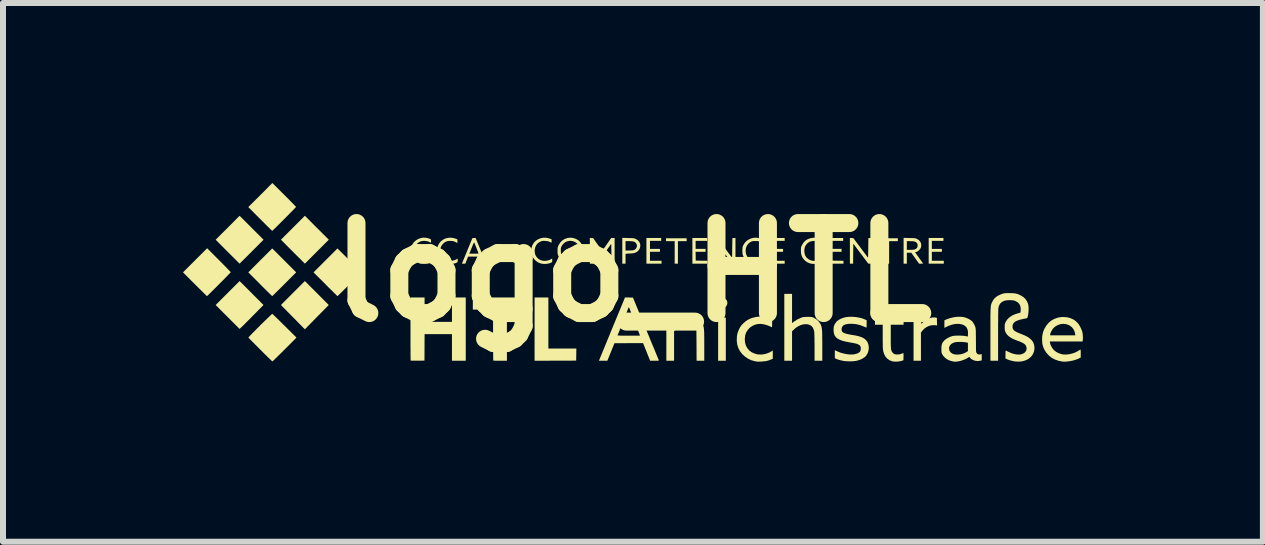
<source format=kicad_pcb>
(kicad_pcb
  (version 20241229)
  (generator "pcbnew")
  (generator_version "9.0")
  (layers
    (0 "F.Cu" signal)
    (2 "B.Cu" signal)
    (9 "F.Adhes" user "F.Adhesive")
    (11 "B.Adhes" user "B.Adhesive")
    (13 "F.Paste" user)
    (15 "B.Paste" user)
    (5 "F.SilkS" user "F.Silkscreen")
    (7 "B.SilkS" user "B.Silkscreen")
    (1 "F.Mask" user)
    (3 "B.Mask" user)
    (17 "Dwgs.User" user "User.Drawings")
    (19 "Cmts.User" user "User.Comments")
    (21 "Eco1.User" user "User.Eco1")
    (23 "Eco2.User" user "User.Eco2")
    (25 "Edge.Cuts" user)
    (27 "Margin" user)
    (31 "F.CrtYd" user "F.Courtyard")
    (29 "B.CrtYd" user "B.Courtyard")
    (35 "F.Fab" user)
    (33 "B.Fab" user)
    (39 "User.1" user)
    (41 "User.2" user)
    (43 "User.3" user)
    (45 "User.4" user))
  (footprint "logo_HTL"
    (layer "F.Cu")
    (at 7.498 1.489)
    (property "Reference" "logo_HTL" (at 0 0 0) (layer "F.SilkS") (effects (font (size 1.5 1.5) (thickness 0.3))))
    (attr board_only exclude_from_pos_files exclude_from_bom)
    (fp_poly (pts (xy -6.355 -0.743) (xy -6.156 -0.544) (xy -6.355 -0.344) (xy -6.555 -0.145) (xy -6.755 -0.344) (xy -6.954 -0.544) (xy -6.754 -0.743) (xy -6.555 -0.943)) (stroke (width 0) (type solid)) (fill yes) (layer "F.SilkS"))
    (fp_poly (pts (xy -5.268 -0.743) (xy -5.068 -0.544) (xy -5.268 -0.344) (xy -5.467 -0.145) (xy -5.667 -0.344) (xy -5.866 -0.544) (xy -5.667 -0.743) (xy -5.467 -0.943)) (stroke (width 0) (type solid)) (fill yes) (layer "F.SilkS"))
    (fp_poly (pts (xy -1.966 -0.359) (xy -1.966 -0.338) (xy -2.081 -0.338) (xy -2.197 -0.338) (xy -2.197 -0.359) (xy -2.197 -0.38) (xy -2.081 -0.38) (xy -1.966 -0.38)) (stroke (width 0) (type solid)) (fill yes) (layer "F.SilkS"))
    (fp_poly (pts (xy 1.548 1.114) (xy 1.548 1.473) (xy 1.484 1.473) (xy 1.42 1.473) (xy 1.42 1.114) (xy 1.42 0.755) (xy 1.484 0.755) (xy 1.548 0.755)) (stroke (width 0) (type solid)) (fill yes) (layer "F.SilkS"))
    (fp_poly (pts (xy -1.409 0.844) (xy -1.409 1.27) (xy -1.176 1.27) (xy -0.943 1.27) (xy -0.944 1.37) (xy -0.946 1.471) (xy -1.293 1.472) (xy -1.639 1.473) (xy -1.639 0.946) (xy -1.639 0.418) (xy -1.524 0.418) (xy -1.409 0.418)) (stroke (width 0) (type solid)) (fill yes) (layer "F.SilkS"))
    (fp_poly (pts (xy -5.268 0.344) (xy -5.069 0.544) (xy -5.268 0.746) (xy -5.467 0.949) (xy -5.572 0.843) (xy -5.606 0.808) (xy -5.644 0.769) (xy -5.684 0.729) (xy -5.722 0.69) (xy -5.757 0.655) (xy -5.771 0.64) (xy -5.866 0.544) (xy -5.667 0.344) (xy -5.467 0.145)) (stroke (width 0) (type solid)) (fill yes) (layer "F.SilkS"))
    (fp_poly (pts (xy -6.356 0.344) (xy -6.157 0.544) (xy -6.334 0.724) (xy -6.371 0.761) (xy -6.406 0.797) (xy -6.439 0.829) (xy -6.468 0.859) (xy -6.493 0.884) (xy -6.513 0.903) (xy -6.527 0.917) (xy -6.534 0.923) (xy -6.556 0.942) (xy -6.755 0.743) (xy -6.954 0.544) (xy -6.754 0.344) (xy -6.555 0.145)) (stroke (width 0) (type solid)) (fill yes) (layer "F.SilkS"))
    (fp_poly (pts (xy 0.895 -0.544) (xy 0.895 -0.52) (xy 0.822 -0.52) (xy 0.75 -0.52) (xy 0.75 -0.332) (xy 0.75 -0.145) (xy 0.723 -0.145) (xy 0.696 -0.145) (xy 0.696 -0.332) (xy 0.696 -0.52) (xy 0.624 -0.52) (xy 0.552 -0.52) (xy 0.552 -0.544) (xy 0.552 -0.568) (xy 0.723 -0.568) (xy 0.895 -0.568)) (stroke (width 0) (type solid)) (fill yes) (layer "F.SilkS"))
    (fp_poly (pts (xy 4.415 -0.544) (xy 4.415 -0.52) (xy 4.342 -0.52) (xy 4.27 -0.52) (xy 4.27 -0.332) (xy 4.27 -0.145) (xy 4.243 -0.145) (xy 4.216 -0.145) (xy 4.216 -0.332) (xy 4.216 -0.52) (xy 4.144 -0.52) (xy 4.072 -0.52) (xy 4.072 -0.544) (xy 4.072 -0.568) (xy 4.243 -0.568) (xy 4.415 -0.568)) (stroke (width 0) (type solid)) (fill yes) (layer "F.SilkS"))
    (fp_poly (pts (xy 1.709 -0.359) (xy 1.709 -0.145) (xy 1.683 -0.145) (xy 1.657 -0.145) (xy 1.532 -0.311) (xy 1.406 -0.478) (xy 1.405 -0.311) (xy 1.404 -0.145) (xy 1.377 -0.145) (xy 1.35 -0.145) (xy 1.35 -0.359) (xy 1.35 -0.574) (xy 1.378 -0.572) (xy 1.406 -0.571) (xy 1.53 -0.407) (xy 1.653 -0.243) (xy 1.655 -0.407) (xy 1.658 -0.571) (xy 1.684 -0.572) (xy 1.709 -0.574)) (stroke (width 0) (type solid)) (fill yes) (layer "F.SilkS"))
    (fp_poly (pts (xy 3.975 -0.359) (xy 3.975 -0.145) (xy 3.949 -0.145) (xy 3.923 -0.145) (xy 3.798 -0.311) (xy 3.673 -0.478) (xy 3.671 -0.311) (xy 3.67 -0.145) (xy 3.643 -0.145) (xy 3.616 -0.145) (xy 3.616 -0.359) (xy 3.616 -0.574) (xy 3.644 -0.572) (xy 3.673 -0.571) (xy 3.796 -0.407) (xy 3.919 -0.243) (xy 3.922 -0.407) (xy 3.924 -0.571) (xy 3.95 -0.572) (xy 3.975 -0.574)) (stroke (width 0) (type solid)) (fill yes) (layer "F.SilkS"))
    (fp_poly (pts (xy 1.525 0.431) (xy 1.543 0.443) (xy 1.563 0.466) (xy 1.573 0.493) (xy 1.573 0.522) (xy 1.563 0.551) (xy 1.563 0.552) (xy 1.545 0.576) (xy 1.521 0.592) (xy 1.493 0.599) (xy 1.465 0.599) (xy 1.441 0.59) (xy 1.418 0.572) (xy 1.402 0.549) (xy 1.395 0.522) (xy 1.396 0.494) (xy 1.406 0.467) (xy 1.417 0.45) (xy 1.441 0.431) (xy 1.469 0.421) (xy 1.497 0.421)) (stroke (width 0) (type solid)) (fill yes) (layer "F.SilkS"))
    (fp_poly (pts (xy -5.812 -0.2) (xy -5.612 -0.000018) (xy -5.81 0.198) (xy -5.848 0.236) (xy -5.884 0.272) (xy -5.917 0.304) (xy -5.946 0.333) (xy -5.97 0.357) (xy -5.99 0.376) (xy -6.003 0.389) (xy -6.01 0.396) (xy -6.011 0.396) (xy -6.015 0.393) (xy -6.026 0.382) (xy -6.044 0.365) (xy -6.066 0.343) (xy -6.094 0.316) (xy -6.125 0.285) (xy -6.159 0.251) (xy -6.197 0.214) (xy -6.212 0.198) (xy -6.41 -0.000018) (xy -6.211 -0.2) (xy -6.011 -0.399)) (stroke (width 0) (type solid)) (fill yes) (layer "F.SilkS"))
    (fp_poly (pts (xy -4.724 -0.2) (xy -4.524 -0.000018) (xy -4.723 0.198) (xy -4.761 0.236) (xy -4.796 0.272) (xy -4.829 0.304) (xy -4.858 0.333) (xy -4.883 0.357) (xy -4.902 0.376) (xy -4.916 0.389) (xy -4.923 0.396) (xy -4.924 0.396) (xy -4.928 0.393) (xy -4.939 0.382) (xy -4.956 0.365) (xy -4.979 0.343) (xy -5.006 0.316) (xy -5.037 0.285) (xy -5.072 0.251) (xy -5.109 0.214) (xy -5.124 0.198) (xy -5.323 -0.000018) (xy -5.123 -0.2) (xy -4.924 -0.399)) (stroke (width 0) (type solid)) (fill yes) (layer "F.SilkS"))
    (fp_poly (pts (xy 0.471 -0.549) (xy 0.471 -0.525) (xy 0.378 -0.525) (xy 0.284 -0.525) (xy 0.284 -0.458) (xy 0.284 -0.391) (xy 0.367 -0.391) (xy 0.45 -0.391) (xy 0.45 -0.367) (xy 0.45 -0.343) (xy 0.367 -0.343) (xy 0.284 -0.343) (xy 0.284 -0.268) (xy 0.284 -0.193) (xy 0.38 -0.193) (xy 0.477 -0.193) (xy 0.477 -0.169) (xy 0.477 -0.145) (xy 0.351 -0.145) (xy 0.225 -0.145) (xy 0.225 -0.359) (xy 0.225 -0.573) (xy 0.348 -0.573) (xy 0.471 -0.573)) (stroke (width 0) (type solid)) (fill yes) (layer "F.SilkS"))
    (fp_poly (pts (xy 1.238 -0.549) (xy 1.238 -0.525) (xy 1.141 -0.525) (xy 1.045 -0.525) (xy 1.045 -0.458) (xy 1.045 -0.391) (xy 1.128 -0.391) (xy 1.211 -0.391) (xy 1.211 -0.367) (xy 1.211 -0.343) (xy 1.128 -0.343) (xy 1.044 -0.343) (xy 1.046 -0.269) (xy 1.047 -0.196) (xy 1.145 -0.194) (xy 1.243 -0.193) (xy 1.243 -0.169) (xy 1.243 -0.145) (xy 1.117 -0.145) (xy 0.991 -0.145) (xy 0.991 -0.359) (xy 0.991 -0.573) (xy 1.114 -0.573) (xy 1.238 -0.573)) (stroke (width 0) (type solid)) (fill yes) (layer "F.SilkS"))
    (fp_poly (pts (xy 2.529 -0.549) (xy 2.529 -0.525) (xy 2.432 -0.525) (xy 2.336 -0.525) (xy 2.336 -0.458) (xy 2.336 -0.391) (xy 2.419 -0.391) (xy 2.502 -0.391) (xy 2.502 -0.367) (xy 2.502 -0.343) (xy 2.419 -0.343) (xy 2.336 -0.343) (xy 2.336 -0.268) (xy 2.336 -0.193) (xy 2.432 -0.193) (xy 2.529 -0.193) (xy 2.529 -0.169) (xy 2.529 -0.145) (xy 2.406 -0.145) (xy 2.282 -0.145) (xy 2.282 -0.359) (xy 2.282 -0.573) (xy 2.406 -0.573) (xy 2.529 -0.573)) (stroke (width 0) (type solid)) (fill yes) (layer "F.SilkS"))
    (fp_poly (pts (xy 3.504 -0.549) (xy 3.504 -0.525) (xy 3.407 -0.525) (xy 3.311 -0.525) (xy 3.311 -0.458) (xy 3.311 -0.391) (xy 3.394 -0.391) (xy 3.477 -0.391) (xy 3.477 -0.367) (xy 3.477 -0.343) (xy 3.394 -0.343) (xy 3.311 -0.343) (xy 3.312 -0.269) (xy 3.314 -0.196) (xy 3.411 -0.194) (xy 3.509 -0.193) (xy 3.509 -0.169) (xy 3.509 -0.145) (xy 3.383 -0.145) (xy 3.257 -0.145) (xy 3.257 -0.359) (xy 3.257 -0.573) (xy 3.381 -0.573) (xy 3.504 -0.573)) (stroke (width 0) (type solid)) (fill yes) (layer "F.SilkS"))
    (fp_poly (pts (xy 5.175 -0.549) (xy 5.175 -0.525) (xy 5.079 -0.525) (xy 4.982 -0.525) (xy 4.982 -0.458) (xy 4.982 -0.391) (xy 5.066 -0.391) (xy 5.149 -0.391) (xy 5.149 -0.367) (xy 5.149 -0.343) (xy 5.066 -0.343) (xy 4.982 -0.343) (xy 4.982 -0.268) (xy 4.982 -0.193) (xy 5.082 -0.193) (xy 5.181 -0.193) (xy 5.181 -0.169) (xy 5.181 -0.145) (xy 5.055 -0.145) (xy 4.929 -0.145) (xy 4.929 -0.359) (xy 4.929 -0.573) (xy 5.052 -0.573) (xy 5.175 -0.573)) (stroke (width 0) (type solid)) (fill yes) (layer "F.SilkS"))
    (fp_poly (pts (xy 5.042 0.753) (xy 5.066 0.758) (xy 5.067 0.821) (xy 5.069 0.884) (xy 5.035 0.881) (xy 4.986 0.881) (xy 4.938 0.891) (xy 4.894 0.911) (xy 4.854 0.94) (xy 4.819 0.978) (xy 4.816 0.983) (xy 4.8 1.003) (xy 4.8 1.238) (xy 4.8 1.473) (xy 4.739 1.473) (xy 4.677 1.473) (xy 4.677 1.114) (xy 4.677 0.755) (xy 4.741 0.755) (xy 4.806 0.755) (xy 4.806 0.808) (xy 4.806 0.86) (xy 4.839 0.827) (xy 4.873 0.8) (xy 4.911 0.778) (xy 4.95 0.762) (xy 4.99 0.752) (xy 5.026 0.751)) (stroke (width 0) (type solid)) (fill yes) (layer "F.SilkS"))
    (fp_poly (pts (xy -1.757 0.52) (xy -1.757 0.621) (xy -1.929 0.621) (xy -2.1 0.621) (xy -2.1 1.047) (xy -2.1 1.473) (xy -2.212 1.473) (xy -2.245 1.473) (xy -2.275 1.473) (xy -2.3 1.472) (xy -2.317 1.471) (xy -2.326 1.47) (xy -2.327 1.47) (xy -2.328 1.464) (xy -2.328 1.448) (xy -2.329 1.423) (xy -2.329 1.39) (xy -2.329 1.35) (xy -2.33 1.303) (xy -2.33 1.25) (xy -2.33 1.192) (xy -2.33 1.13) (xy -2.331 1.064) (xy -2.331 1.044) (xy -2.331 0.621) (xy -2.499 0.621) (xy -2.668 0.621) (xy -2.668 0.52) (xy -2.668 0.418) (xy -2.213 0.418) (xy -1.757 0.418)) (stroke (width 0) (type solid)) (fill yes) (layer "F.SilkS"))
    (fp_poly (pts (xy -6.899 -0.205) (xy -6.861 -0.167) (xy -6.826 -0.131) (xy -6.793 -0.098) (xy -6.765 -0.069) (xy -6.741 -0.044) (xy -6.722 -0.025) (xy -6.709 -0.011) (xy -6.703 -0.004) (xy -6.702 -0.003) (xy -6.706 0.002) (xy -6.716 0.013) (xy -6.733 0.03) (xy -6.754 0.052) (xy -6.779 0.078) (xy -6.808 0.108) (xy -6.839 0.139) (xy -6.872 0.172) (xy -6.906 0.206) (xy -6.939 0.24) (xy -6.972 0.272) (xy -7.002 0.303) (xy -7.03 0.33) (xy -7.054 0.354) (xy -7.074 0.374) (xy -7.089 0.388) (xy -7.097 0.395) (xy -7.099 0.396) (xy -7.103 0.393) (xy -7.114 0.382) (xy -7.131 0.365) (xy -7.154 0.343) (xy -7.181 0.316) (xy -7.212 0.285) (xy -7.247 0.251) (xy -7.284 0.214) (xy -7.3 0.198) (xy -7.498 0) (xy -7.297 -0.201) (xy -7.096 -0.402)) (stroke (width 0) (type solid)) (fill yes) (layer "F.SilkS"))
    (fp_poly (pts (xy -5.812 -1.293) (xy -5.774 -1.255) (xy -5.738 -1.219) (xy -5.706 -1.186) (xy -5.677 -1.157) (xy -5.653 -1.132) (xy -5.634 -1.112) (xy -5.621 -1.098) (xy -5.615 -1.091) (xy -5.615 -1.09) (xy -5.618 -1.086) (xy -5.629 -1.074) (xy -5.645 -1.057) (xy -5.666 -1.035) (xy -5.692 -1.009) (xy -5.721 -0.98) (xy -5.752 -0.948) (xy -5.785 -0.915) (xy -5.818 -0.881) (xy -5.852 -0.848) (xy -5.884 -0.815) (xy -5.915 -0.785) (xy -5.942 -0.757) (xy -5.967 -0.733) (xy -5.987 -0.714) (xy -6.001 -0.7) (xy -6.009 -0.692) (xy -6.011 -0.691) (xy -6.015 -0.695) (xy -6.026 -0.705) (xy -6.044 -0.722) (xy -6.066 -0.744) (xy -6.094 -0.771) (xy -6.125 -0.802) (xy -6.159 -0.837) (xy -6.197 -0.874) (xy -6.212 -0.889) (xy -6.41 -1.088) (xy -6.209 -1.288) (xy -6.009 -1.489)) (stroke (width 0) (type solid)) (fill yes) (layer "F.SilkS"))
    (fp_poly (pts (xy -3.472 0.621) (xy -3.472 0.825) (xy -3.244 0.825) (xy -3.016 0.825) (xy -3.016 0.621) (xy -3.016 0.418) (xy -2.901 0.418) (xy -2.786 0.418) (xy -2.786 0.946) (xy -2.786 1.473) (xy -2.901 1.473) (xy -3.016 1.473) (xy -3.016 1.251) (xy -3.016 1.029) (xy -3.244 1.029) (xy -3.472 1.029) (xy -3.473 1.25) (xy -3.474 1.471) (xy -3.587 1.472) (xy -3.621 1.472) (xy -3.651 1.472) (xy -3.676 1.472) (xy -3.694 1.471) (xy -3.703 1.47) (xy -3.704 1.47) (xy -3.704 1.464) (xy -3.705 1.448) (xy -3.705 1.423) (xy -3.706 1.39) (xy -3.706 1.349) (xy -3.706 1.3) (xy -3.707 1.245) (xy -3.707 1.185) (xy -3.707 1.12) (xy -3.707 1.051) (xy -3.707 0.978) (xy -3.707 0.942) (xy -3.707 0.418) (xy -3.59 0.418) (xy -3.472 0.418)) (stroke (width 0) (type solid)) (fill yes) (layer "F.SilkS"))
    (fp_poly (pts (xy -6.006 0.695) (xy -5.995 0.705) (xy -5.977 0.722) (xy -5.954 0.744) (xy -5.926 0.771) (xy -5.894 0.802) (xy -5.859 0.837) (xy -5.822 0.874) (xy -5.806 0.889) (xy -5.607 1.087) (xy -5.805 1.286) (xy -5.843 1.324) (xy -5.879 1.359) (xy -5.912 1.392) (xy -5.941 1.421) (xy -5.966 1.445) (xy -5.986 1.464) (xy -6 1.477) (xy -6.008 1.483) (xy -6.009 1.484) (xy -6.013 1.48) (xy -6.025 1.47) (xy -6.042 1.453) (xy -6.065 1.431) (xy -6.093 1.404) (xy -6.125 1.373) (xy -6.16 1.338) (xy -6.197 1.301) (xy -6.212 1.286) (xy -6.409 1.088) (xy -6.387 1.062) (xy -6.378 1.052) (xy -6.363 1.037) (xy -6.343 1.016) (xy -6.318 0.991) (xy -6.29 0.963) (xy -6.26 0.932) (xy -6.227 0.9) (xy -6.195 0.867) (xy -6.162 0.835) (xy -6.13 0.804) (xy -6.1 0.775) (xy -6.073 0.749) (xy -6.05 0.726) (xy -6.031 0.709) (xy -6.018 0.697) (xy -6.012 0.691) (xy -6.011 0.691)) (stroke (width 0) (type solid)) (fill yes) (layer "F.SilkS"))
    (fp_poly (pts (xy -0.079 -0.572) (xy -0.044 -0.571) (xy -0.018 -0.571) (xy 0.002 -0.569) (xy 0.016 -0.567) (xy 0.028 -0.565) (xy 0.038 -0.561) (xy 0.049 -0.556) (xy 0.05 -0.555) (xy 0.081 -0.535) (xy 0.103 -0.511) (xy 0.117 -0.484) (xy 0.123 -0.455) (xy 0.121 -0.425) (xy 0.113 -0.397) (xy 0.097 -0.37) (xy 0.076 -0.348) (xy 0.048 -0.331) (xy 0.015 -0.32) (xy -0.019 -0.316) (xy -0.036 -0.316) (xy -0.058 -0.314) (xy -0.082 -0.313) (xy -0.082 -0.313) (xy -0.123 -0.309) (xy -0.123 -0.227) (xy -0.123 -0.145) (xy -0.15 -0.145) (xy -0.177 -0.145) (xy -0.177 -0.36) (xy -0.177 -0.52) (xy -0.123 -0.52) (xy -0.123 -0.442) (xy -0.123 -0.364) (xy -0.061 -0.364) (xy -0.032 -0.365) (xy -0.011 -0.366) (xy 0.005 -0.368) (xy 0.017 -0.372) (xy 0.025 -0.375) (xy 0.044 -0.388) (xy 0.057 -0.406) (xy 0.059 -0.41) (xy 0.067 -0.437) (xy 0.065 -0.461) (xy 0.053 -0.484) (xy 0.05 -0.488) (xy 0.037 -0.501) (xy 0.023 -0.51) (xy 0.005 -0.515) (xy -0.018 -0.518) (xy -0.049 -0.52) (xy -0.061 -0.52) (xy -0.123 -0.52) (xy -0.177 -0.52) (xy -0.177 -0.575)) (stroke (width 0) (type solid)) (fill yes) (layer "F.SilkS"))
    (fp_poly (pts (xy 0.972 0.742) (xy 1.021 0.751) (xy 1.065 0.769) (xy 1.104 0.794) (xy 1.136 0.826) (xy 1.157 0.857) (xy 1.164 0.871) (xy 1.17 0.884) (xy 1.175 0.897) (xy 1.179 0.913) (xy 1.182 0.93) (xy 1.184 0.951) (xy 1.186 0.977) (xy 1.188 1.008) (xy 1.188 1.046) (xy 1.189 1.091) (xy 1.189 1.145) (xy 1.189 1.208) (xy 1.189 1.217) (xy 1.189 1.473) (xy 1.125 1.473) (xy 1.061 1.473) (xy 1.06 1.223) (xy 1.058 0.972) (xy 1.042 0.939) (xy 1.023 0.907) (xy 0.996 0.883) (xy 0.964 0.869) (xy 0.925 0.863) (xy 0.916 0.863) (xy 0.871 0.867) (xy 0.824 0.881) (xy 0.778 0.903) (xy 0.737 0.932) (xy 0.717 0.949) (xy 0.686 0.98) (xy 0.686 1.227) (xy 0.686 1.473) (xy 0.621 1.473) (xy 0.557 1.473) (xy 0.557 1.114) (xy 0.557 0.755) (xy 0.621 0.755) (xy 0.686 0.755) (xy 0.686 0.798) (xy 0.686 0.818) (xy 0.687 0.833) (xy 0.688 0.841) (xy 0.689 0.841) (xy 0.694 0.838) (xy 0.706 0.83) (xy 0.719 0.82) (xy 0.774 0.785) (xy 0.829 0.761) (xy 0.887 0.746) (xy 0.92 0.742)) (stroke (width 0) (type solid)) (fill yes) (layer "F.SilkS"))
    (fp_poly (pts (xy -2.994 -0.573) (xy -2.948 -0.559) (xy -2.925 -0.55) (xy -2.925 -0.52) (xy -2.925 -0.489) (xy -2.958 -0.506) (xy -2.982 -0.516) (xy -3.004 -0.522) (xy -3.03 -0.524) (xy -3.032 -0.524) (xy -3.056 -0.524) (xy -3.078 -0.523) (xy -3.094 -0.52) (xy -3.094 -0.52) (xy -3.129 -0.506) (xy -3.159 -0.483) (xy -3.184 -0.453) (xy -3.202 -0.42) (xy -3.205 -0.41) (xy -3.21 -0.377) (xy -3.21 -0.341) (xy -3.204 -0.307) (xy -3.197 -0.288) (xy -3.18 -0.257) (xy -3.16 -0.234) (xy -3.135 -0.216) (xy -3.129 -0.212) (xy -3.09 -0.197) (xy -3.048 -0.191) (xy -3.006 -0.194) (xy -2.964 -0.207) (xy -2.948 -0.214) (xy -2.92 -0.229) (xy -2.92 -0.201) (xy -2.921 -0.184) (xy -2.924 -0.172) (xy -2.933 -0.164) (xy -2.948 -0.157) (xy -2.957 -0.153) (xy -2.979 -0.147) (xy -3.008 -0.143) (xy -3.039 -0.141) (xy -3.07 -0.142) (xy -3.097 -0.144) (xy -3.108 -0.147) (xy -3.153 -0.165) (xy -3.191 -0.191) (xy -3.223 -0.224) (xy -3.246 -0.263) (xy -3.261 -0.306) (xy -3.267 -0.352) (xy -3.264 -0.391) (xy -3.252 -0.438) (xy -3.231 -0.479) (xy -3.204 -0.513) (xy -3.17 -0.541) (xy -3.131 -0.562) (xy -3.088 -0.574) (xy -3.042 -0.578)) (stroke (width 0) (type solid)) (fill yes) (layer "F.SilkS"))
    (fp_poly (pts (xy -0.69 -0.572) (xy -0.663 -0.571) (xy -0.592 -0.47) (xy -0.571 -0.441) (xy -0.553 -0.415) (xy -0.537 -0.392) (xy -0.525 -0.376) (xy -0.518 -0.366) (xy -0.516 -0.364) (xy -0.511 -0.365) (xy -0.502 -0.375) (xy -0.488 -0.393) (xy -0.469 -0.419) (xy -0.444 -0.454) (xy -0.436 -0.466) (xy -0.362 -0.573) (xy -0.334 -0.573) (xy -0.305 -0.573) (xy -0.305 -0.359) (xy -0.305 -0.145) (xy -0.332 -0.145) (xy -0.359 -0.145) (xy -0.359 -0.312) (xy -0.359 -0.359) (xy -0.36 -0.396) (xy -0.36 -0.424) (xy -0.36 -0.444) (xy -0.361 -0.458) (xy -0.362 -0.467) (xy -0.364 -0.47) (xy -0.366 -0.47) (xy -0.368 -0.467) (xy -0.369 -0.466) (xy -0.375 -0.458) (xy -0.385 -0.443) (xy -0.399 -0.422) (xy -0.416 -0.399) (xy -0.434 -0.373) (xy -0.452 -0.347) (xy -0.47 -0.323) (xy -0.486 -0.3) (xy -0.499 -0.282) (xy -0.508 -0.269) (xy -0.512 -0.264) (xy -0.512 -0.264) (xy -0.515 -0.267) (xy -0.524 -0.279) (xy -0.537 -0.297) (xy -0.555 -0.321) (xy -0.576 -0.351) (xy -0.599 -0.384) (xy -0.624 -0.42) (xy -0.631 -0.431) (xy -0.664 -0.479) (xy -0.664 -0.312) (xy -0.664 -0.145) (xy -0.691 -0.145) (xy -0.718 -0.145) (xy -0.718 -0.359) (xy -0.718 -0.574)) (stroke (width 0) (type solid)) (fill yes) (layer "F.SilkS"))
    (fp_poly (pts (xy -1.402 -0.568) (xy -1.385 -0.562) (xy -1.355 -0.551) (xy -1.355 -0.522) (xy -1.356 -0.506) (xy -1.358 -0.496) (xy -1.359 -0.494) (xy -1.386 -0.507) (xy -1.408 -0.516) (xy -1.428 -0.521) (xy -1.451 -0.523) (xy -1.463 -0.524) (xy -1.487 -0.525) (xy -1.505 -0.524) (xy -1.519 -0.521) (xy -1.534 -0.515) (xy -1.541 -0.512) (xy -1.561 -0.502) (xy -1.578 -0.491) (xy -1.588 -0.483) (xy -1.611 -0.454) (xy -1.628 -0.418) (xy -1.637 -0.379) (xy -1.637 -0.339) (xy -1.629 -0.3) (xy -1.624 -0.286) (xy -1.603 -0.253) (xy -1.576 -0.226) (xy -1.543 -0.206) (xy -1.505 -0.194) (xy -1.465 -0.191) (xy -1.424 -0.196) (xy -1.383 -0.21) (xy -1.376 -0.214) (xy -1.345 -0.23) (xy -1.345 -0.201) (xy -1.345 -0.184) (xy -1.348 -0.174) (xy -1.354 -0.167) (xy -1.365 -0.161) (xy -1.397 -0.149) (xy -1.436 -0.142) (xy -1.476 -0.14) (xy -1.514 -0.143) (xy -1.532 -0.147) (xy -1.575 -0.163) (xy -1.613 -0.188) (xy -1.645 -0.219) (xy -1.67 -0.255) (xy -1.674 -0.265) (xy -1.69 -0.312) (xy -1.696 -0.359) (xy -1.691 -0.406) (xy -1.675 -0.453) (xy -1.672 -0.458) (xy -1.649 -0.496) (xy -1.618 -0.527) (xy -1.581 -0.551) (xy -1.54 -0.568) (xy -1.495 -0.577) (xy -1.449 -0.577)) (stroke (width 0) (type solid)) (fill yes) (layer "F.SilkS"))
    (fp_poly (pts (xy -2.535 -0.363) (xy -2.517 -0.318) (xy -2.5 -0.277) (xy -2.484 -0.239) (xy -2.471 -0.207) (xy -2.461 -0.18) (xy -2.453 -0.161) (xy -2.449 -0.151) (xy -2.448 -0.149) (xy -2.453 -0.146) (xy -2.466 -0.145) (xy -2.477 -0.145) (xy -2.505 -0.145) (xy -2.528 -0.204) (xy -2.551 -0.263) (xy -2.649 -0.263) (xy -2.747 -0.263) (xy -2.77 -0.204) (xy -2.793 -0.145) (xy -2.822 -0.145) (xy -2.85 -0.145) (xy -2.842 -0.165) (xy -2.838 -0.174) (xy -2.831 -0.192) (xy -2.82 -0.218) (xy -2.807 -0.25) (xy -2.792 -0.286) (xy -2.782 -0.311) (xy -2.727 -0.311) (xy -2.649 -0.311) (xy -2.617 -0.311) (xy -2.595 -0.312) (xy -2.581 -0.313) (xy -2.574 -0.315) (xy -2.573 -0.317) (xy -2.576 -0.324) (xy -2.582 -0.34) (xy -2.59 -0.361) (xy -2.601 -0.388) (xy -2.609 -0.41) (xy -2.62 -0.438) (xy -2.63 -0.463) (xy -2.638 -0.483) (xy -2.644 -0.495) (xy -2.646 -0.499) (xy -2.649 -0.496) (xy -2.655 -0.484) (xy -2.664 -0.466) (xy -2.674 -0.442) (xy -2.68 -0.427) (xy -2.691 -0.399) (xy -2.702 -0.372) (xy -2.711 -0.35) (xy -2.717 -0.335) (xy -2.719 -0.331) (xy -2.727 -0.311) (xy -2.782 -0.311) (xy -2.775 -0.327) (xy -2.758 -0.37) (xy -2.755 -0.378) (xy -2.675 -0.571) (xy -2.648 -0.572) (xy -2.622 -0.574)) (stroke (width 0) (type solid)) (fill yes) (layer "F.SilkS"))
    (fp_poly (pts (xy 3.055 -0.575) (xy 3.102 -0.563) (xy 3.105 -0.562) (xy 3.137 -0.549) (xy 3.138 -0.52) (xy 3.139 -0.503) (xy 3.137 -0.495) (xy 3.133 -0.495) (xy 3.133 -0.495) (xy 3.104 -0.507) (xy 3.082 -0.516) (xy 3.065 -0.521) (xy 3.05 -0.524) (xy 3.034 -0.525) (xy 3.015 -0.524) (xy 3.014 -0.524) (xy 2.975 -0.519) (xy 2.943 -0.509) (xy 2.915 -0.49) (xy 2.902 -0.479) (xy 2.88 -0.451) (xy 2.865 -0.421) (xy 2.858 -0.385) (xy 2.856 -0.367) (xy 2.859 -0.323) (xy 2.869 -0.285) (xy 2.888 -0.253) (xy 2.898 -0.242) (xy 2.93 -0.216) (xy 2.967 -0.199) (xy 3.007 -0.191) (xy 3.049 -0.192) (xy 3.09 -0.202) (xy 3.116 -0.214) (xy 3.145 -0.229) (xy 3.145 -0.198) (xy 3.145 -0.167) (xy 3.114 -0.155) (xy 3.077 -0.145) (xy 3.036 -0.141) (xy 2.995 -0.141) (xy 2.957 -0.148) (xy 2.946 -0.151) (xy 2.907 -0.168) (xy 2.877 -0.188) (xy 2.851 -0.213) (xy 2.845 -0.22) (xy 2.824 -0.251) (xy 2.81 -0.282) (xy 2.802 -0.317) (xy 2.8 -0.359) (xy 2.799 -0.362) (xy 2.8 -0.387) (xy 2.801 -0.406) (xy 2.804 -0.421) (xy 2.809 -0.436) (xy 2.816 -0.451) (xy 2.841 -0.493) (xy 2.872 -0.526) (xy 2.909 -0.551) (xy 2.91 -0.551) (xy 2.957 -0.569) (xy 3.006 -0.577)) (stroke (width 0) (type solid)) (fill yes) (layer "F.SilkS"))
    (fp_poly (pts (xy 2.652 0.603) (xy 2.652 0.846) (xy 2.687 0.819) (xy 2.745 0.782) (xy 2.807 0.754) (xy 2.813 0.752) (xy 2.829 0.748) (xy 2.848 0.744) (xy 2.872 0.743) (xy 2.903 0.742) (xy 2.912 0.742) (xy 2.941 0.742) (xy 2.962 0.743) (xy 2.977 0.744) (xy 2.99 0.747) (xy 3.003 0.752) (xy 3.017 0.759) (xy 3.059 0.784) (xy 3.094 0.816) (xy 3.121 0.853) (xy 3.123 0.857) (xy 3.13 0.871) (xy 3.136 0.885) (xy 3.141 0.899) (xy 3.145 0.916) (xy 3.148 0.935) (xy 3.151 0.958) (xy 3.153 0.986) (xy 3.154 1.019) (xy 3.155 1.06) (xy 3.155 1.109) (xy 3.156 1.166) (xy 3.156 1.222) (xy 3.156 1.473) (xy 3.091 1.473) (xy 3.027 1.473) (xy 3.027 1.25) (xy 3.027 1.2) (xy 3.026 1.153) (xy 3.026 1.109) (xy 3.025 1.069) (xy 3.024 1.036) (xy 3.023 1.01) (xy 3.022 0.993) (xy 3.022 0.99) (xy 3.011 0.948) (xy 2.994 0.915) (xy 2.97 0.89) (xy 2.939 0.873) (xy 2.902 0.864) (xy 2.896 0.864) (xy 2.849 0.865) (xy 2.802 0.877) (xy 2.755 0.898) (xy 2.71 0.928) (xy 2.689 0.947) (xy 2.652 0.982) (xy 2.652 1.228) (xy 2.652 1.473) (xy 2.588 1.473) (xy 2.523 1.473) (xy 2.523 0.916) (xy 2.523 0.359) (xy 2.588 0.359) (xy 2.652 0.359)) (stroke (width 0) (type solid)) (fill yes) (layer "F.SilkS"))
    (fp_poly (pts (xy 2.113 -0.568) (xy 2.128 -0.563) (xy 2.159 -0.551) (xy 2.159 -0.522) (xy 2.158 -0.506) (xy 2.157 -0.496) (xy 2.155 -0.494) (xy 2.131 -0.506) (xy 2.112 -0.514) (xy 2.096 -0.519) (xy 2.079 -0.522) (xy 2.059 -0.522) (xy 2.044 -0.522) (xy 2.018 -0.522) (xy 2.001 -0.521) (xy 1.987 -0.518) (xy 1.975 -0.513) (xy 1.962 -0.507) (xy 1.935 -0.489) (xy 1.915 -0.468) (xy 1.897 -0.44) (xy 1.892 -0.429) (xy 1.882 -0.396) (xy 1.878 -0.358) (xy 1.882 -0.32) (xy 1.888 -0.297) (xy 1.905 -0.263) (xy 1.929 -0.234) (xy 1.96 -0.213) (xy 1.995 -0.198) (xy 2.033 -0.191) (xy 2.073 -0.192) (xy 2.113 -0.202) (xy 2.142 -0.214) (xy 2.17 -0.229) (xy 2.17 -0.2) (xy 2.17 -0.171) (xy 2.139 -0.157) (xy 2.121 -0.15) (xy 2.103 -0.145) (xy 2.081 -0.142) (xy 2.058 -0.141) (xy 2.033 -0.141) (xy 2.009 -0.142) (xy 1.991 -0.144) (xy 1.986 -0.145) (xy 1.956 -0.156) (xy 1.925 -0.172) (xy 1.897 -0.192) (xy 1.88 -0.207) (xy 1.866 -0.225) (xy 1.852 -0.248) (xy 1.841 -0.267) (xy 1.834 -0.284) (xy 1.829 -0.298) (xy 1.826 -0.312) (xy 1.825 -0.33) (xy 1.824 -0.355) (xy 1.824 -0.362) (xy 1.825 -0.389) (xy 1.826 -0.409) (xy 1.828 -0.424) (xy 1.832 -0.437) (xy 1.839 -0.451) (xy 1.863 -0.491) (xy 1.894 -0.524) (xy 1.932 -0.549) (xy 1.974 -0.567) (xy 2.019 -0.577) (xy 2.066 -0.577)) (stroke (width 0) (type solid)) (fill yes) (layer "F.SilkS"))
    (fp_poly (pts (xy -3.453 -0.577) (xy -3.407 -0.567) (xy -3.385 -0.559) (xy -3.373 -0.553) (xy -3.367 -0.547) (xy -3.365 -0.537) (xy -3.365 -0.522) (xy -3.365 -0.493) (xy -3.395 -0.508) (xy -3.432 -0.52) (xy -3.471 -0.525) (xy -3.51 -0.523) (xy -3.542 -0.515) (xy -3.579 -0.495) (xy -3.609 -0.468) (xy -3.631 -0.435) (xy -3.638 -0.418) (xy -3.643 -0.403) (xy -3.645 -0.386) (xy -3.646 -0.363) (xy -3.646 -0.356) (xy -3.645 -0.331) (xy -3.644 -0.314) (xy -3.64 -0.299) (xy -3.633 -0.285) (xy -3.631 -0.281) (xy -3.608 -0.247) (xy -3.577 -0.219) (xy -3.549 -0.203) (xy -3.532 -0.196) (xy -3.514 -0.192) (xy -3.491 -0.191) (xy -3.476 -0.191) (xy -3.452 -0.191) (xy -3.435 -0.193) (xy -3.419 -0.197) (xy -3.402 -0.205) (xy -3.392 -0.21) (xy -3.354 -0.229) (xy -3.354 -0.2) (xy -3.354 -0.171) (xy -3.385 -0.157) (xy -3.402 -0.15) (xy -3.418 -0.145) (xy -3.437 -0.143) (xy -3.463 -0.141) (xy -3.469 -0.141) (xy -3.495 -0.141) (xy -3.518 -0.142) (xy -3.537 -0.144) (xy -3.543 -0.145) (xy -3.585 -0.161) (xy -3.624 -0.186) (xy -3.656 -0.218) (xy -3.682 -0.257) (xy -3.685 -0.262) (xy -3.691 -0.276) (xy -3.695 -0.288) (xy -3.698 -0.302) (xy -3.699 -0.319) (xy -3.699 -0.344) (xy -3.699 -0.356) (xy -3.699 -0.384) (xy -3.698 -0.404) (xy -3.696 -0.419) (xy -3.693 -0.432) (xy -3.687 -0.445) (xy -3.684 -0.451) (xy -3.659 -0.492) (xy -3.626 -0.525) (xy -3.588 -0.551) (xy -3.545 -0.569) (xy -3.5 -0.578)) (stroke (width 0) (type solid)) (fill yes) (layer "F.SilkS"))
    (fp_poly (pts (xy 4.61 -0.572) (xy 4.645 -0.572) (xy 4.671 -0.571) (xy 4.69 -0.569) (xy 4.704 -0.568) (xy 4.715 -0.565) (xy 4.725 -0.561) (xy 4.736 -0.556) (xy 4.739 -0.554) (xy 4.769 -0.534) (xy 4.791 -0.507) (xy 4.803 -0.477) (xy 4.805 -0.443) (xy 4.801 -0.419) (xy 4.791 -0.397) (xy 4.775 -0.376) (xy 4.756 -0.358) (xy 4.735 -0.344) (xy 4.716 -0.338) (xy 4.712 -0.338) (xy 4.705 -0.336) (xy 4.704 -0.334) (xy 4.707 -0.329) (xy 4.715 -0.317) (xy 4.727 -0.3) (xy 4.742 -0.278) (xy 4.76 -0.254) (xy 4.777 -0.229) (xy 4.795 -0.205) (xy 4.811 -0.183) (xy 4.824 -0.164) (xy 4.834 -0.151) (xy 4.835 -0.148) (xy 4.828 -0.146) (xy 4.813 -0.145) (xy 4.804 -0.145) (xy 4.769 -0.145) (xy 4.704 -0.236) (xy 4.639 -0.327) (xy 4.602 -0.327) (xy 4.565 -0.327) (xy 4.565 -0.236) (xy 4.565 -0.145) (xy 4.538 -0.145) (xy 4.511 -0.145) (xy 4.511 -0.36) (xy 4.511 -0.52) (xy 4.565 -0.52) (xy 4.565 -0.447) (xy 4.565 -0.375) (xy 4.619 -0.375) (xy 4.645 -0.376) (xy 4.668 -0.377) (xy 4.687 -0.38) (xy 4.694 -0.381) (xy 4.711 -0.389) (xy 4.728 -0.402) (xy 4.729 -0.403) (xy 4.738 -0.415) (xy 4.743 -0.427) (xy 4.744 -0.445) (xy 4.744 -0.447) (xy 4.743 -0.467) (xy 4.739 -0.48) (xy 4.731 -0.49) (xy 4.717 -0.503) (xy 4.702 -0.511) (xy 4.683 -0.516) (xy 4.658 -0.519) (xy 4.624 -0.52) (xy 4.624 -0.52) (xy 4.565 -0.52) (xy 4.511 -0.52) (xy 4.511 -0.575)) (stroke (width 0) (type solid)) (fill yes) (layer "F.SilkS"))
    (fp_poly (pts (xy 2.185 0.74) (xy 2.253 0.754) (xy 2.291 0.767) (xy 2.32 0.778) (xy 2.32 0.847) (xy 2.32 0.873) (xy 2.319 0.894) (xy 2.318 0.909) (xy 2.316 0.915) (xy 2.316 0.915) (xy 2.252 0.886) (xy 2.192 0.868) (xy 2.135 0.859) (xy 2.082 0.861) (xy 2.032 0.873) (xy 1.986 0.895) (xy 1.946 0.924) (xy 1.912 0.961) (xy 1.887 1.003) (xy 1.871 1.051) (xy 1.865 1.104) (xy 1.864 1.117) (xy 1.869 1.171) (xy 1.883 1.22) (xy 1.906 1.262) (xy 1.936 1.299) (xy 1.975 1.329) (xy 2.021 1.351) (xy 2.074 1.366) (xy 2.081 1.367) (xy 2.127 1.37) (xy 2.176 1.366) (xy 2.226 1.354) (xy 2.273 1.336) (xy 2.314 1.313) (xy 2.316 1.312) (xy 2.331 1.301) (xy 2.331 1.371) (xy 2.331 1.44) (xy 2.297 1.454) (xy 2.273 1.463) (xy 2.247 1.472) (xy 2.231 1.476) (xy 2.214 1.479) (xy 2.191 1.482) (xy 2.163 1.485) (xy 2.133 1.487) (xy 2.105 1.488) (xy 2.082 1.488) (xy 2.064 1.487) (xy 2.06 1.486) (xy 2.049 1.484) (xy 2.032 1.48) (xy 2.021 1.478) (xy 1.969 1.463) (xy 1.918 1.438) (xy 1.87 1.406) (xy 1.827 1.368) (xy 1.822 1.363) (xy 1.785 1.315) (xy 1.757 1.262) (xy 1.739 1.204) (xy 1.731 1.143) (xy 1.731 1.12) (xy 1.733 1.068) (xy 1.741 1.022) (xy 1.756 0.977) (xy 1.771 0.943) (xy 1.786 0.915) (xy 1.802 0.891) (xy 1.821 0.869) (xy 1.837 0.852) (xy 1.873 0.82) (xy 1.908 0.795) (xy 1.947 0.775) (xy 1.984 0.76) (xy 2.051 0.743) (xy 2.118 0.736)) (stroke (width 0) (type solid)) (fill yes) (layer "F.SilkS"))
    (fp_poly (pts (xy -0.996 -0.573) (xy -0.953 -0.559) (xy -0.915 -0.538) (xy -0.882 -0.509) (xy -0.856 -0.473) (xy -0.849 -0.458) (xy -0.833 -0.413) (xy -0.827 -0.367) (xy -0.83 -0.322) (xy -0.842 -0.279) (xy -0.861 -0.24) (xy -0.888 -0.205) (xy -0.922 -0.176) (xy -0.962 -0.155) (xy -0.969 -0.153) (xy -0.996 -0.146) (xy -1.028 -0.142) (xy -1.06 -0.142) (xy -1.087 -0.145) (xy -1.087 -0.145) (xy -1.132 -0.16) (xy -1.172 -0.183) (xy -1.206 -0.215) (xy -1.233 -0.255) (xy -1.236 -0.261) (xy -1.245 -0.28) (xy -1.251 -0.295) (xy -1.254 -0.309) (xy -1.256 -0.326) (xy -1.256 -0.348) (xy -1.256 -0.359) (xy -1.256 -0.362) (xy -1.202 -0.362) (xy -1.2 -0.325) (xy -1.194 -0.295) (xy -1.181 -0.269) (xy -1.163 -0.245) (xy -1.133 -0.218) (xy -1.098 -0.2) (xy -1.059 -0.192) (xy -1.02 -0.192) (xy -0.981 -0.202) (xy -0.977 -0.204) (xy -0.945 -0.223) (xy -0.919 -0.25) (xy -0.899 -0.282) (xy -0.886 -0.319) (xy -0.881 -0.357) (xy -0.885 -0.396) (xy -0.896 -0.429) (xy -0.912 -0.459) (xy -0.931 -0.482) (xy -0.956 -0.5) (xy -0.971 -0.509) (xy -1.009 -0.522) (xy -1.048 -0.526) (xy -1.087 -0.52) (xy -1.124 -0.505) (xy -1.149 -0.486) (xy -1.166 -0.469) (xy -1.181 -0.448) (xy -1.188 -0.437) (xy -1.195 -0.422) (xy -1.2 -0.408) (xy -1.202 -0.391) (xy -1.202 -0.368) (xy -1.202 -0.362) (xy -1.256 -0.362) (xy -1.256 -0.385) (xy -1.255 -0.404) (xy -1.252 -0.419) (xy -1.247 -0.433) (xy -1.24 -0.45) (xy -1.239 -0.451) (xy -1.214 -0.493) (xy -1.182 -0.527) (xy -1.143 -0.553) (xy -1.1 -0.57) (xy -1.089 -0.573) (xy -1.042 -0.578)) (stroke (width 0) (type solid)) (fill yes) (layer "F.SilkS"))
    (fp_poly (pts (xy 4.292 0.544) (xy 4.294 0.552) (xy 4.295 0.567) (xy 4.296 0.59) (xy 4.297 0.622) (xy 4.297 0.648) (xy 4.297 0.755) (xy 4.404 0.755) (xy 4.511 0.755) (xy 4.511 0.814) (xy 4.511 0.873) (xy 4.404 0.873) (xy 4.297 0.873) (xy 4.297 1.066) (xy 4.297 1.12) (xy 4.297 1.168) (xy 4.298 1.209) (xy 4.299 1.242) (xy 4.301 1.268) (xy 4.302 1.283) (xy 4.302 1.285) (xy 4.314 1.319) (xy 4.333 1.344) (xy 4.35 1.358) (xy 4.372 1.366) (xy 4.399 1.369) (xy 4.429 1.368) (xy 4.458 1.363) (xy 4.476 1.356) (xy 4.491 1.35) (xy 4.503 1.346) (xy 4.507 1.345) (xy 4.508 1.35) (xy 4.51 1.363) (xy 4.51 1.384) (xy 4.51 1.405) (xy 4.508 1.465) (xy 4.476 1.475) (xy 4.444 1.483) (xy 4.407 1.487) (xy 4.37 1.488) (xy 4.336 1.485) (xy 4.312 1.479) (xy 4.27 1.461) (xy 4.235 1.435) (xy 4.207 1.402) (xy 4.186 1.361) (xy 4.171 1.311) (xy 4.171 1.309) (xy 4.169 1.296) (xy 4.167 1.279) (xy 4.165 1.257) (xy 4.164 1.23) (xy 4.164 1.195) (xy 4.163 1.152) (xy 4.163 1.099) (xy 4.163 1.073) (xy 4.163 0.873) (xy 4.099 0.873) (xy 4.034 0.873) (xy 4.034 0.814) (xy 4.034 0.755) (xy 4.099 0.755) (xy 4.163 0.755) (xy 4.163 0.659) (xy 4.163 0.625) (xy 4.163 0.6) (xy 4.164 0.582) (xy 4.165 0.571) (xy 4.167 0.565) (xy 4.17 0.562) (xy 4.174 0.56) (xy 4.175 0.56) (xy 4.188 0.558) (xy 4.206 0.554) (xy 4.228 0.55) (xy 4.251 0.547) (xy 4.27 0.544) (xy 4.285 0.542) (xy 4.29 0.541)) (stroke (width 0) (type solid)) (fill yes) (layer "F.SilkS"))
    (fp_poly (pts (xy -0.066 0.419) (xy 0.001 0.421) (xy 0.215 0.94) (xy 0.244 1.011) (xy 0.273 1.079) (xy 0.299 1.144) (xy 0.324 1.205) (xy 0.348 1.261) (xy 0.369 1.312) (xy 0.387 1.357) (xy 0.403 1.395) (xy 0.415 1.425) (xy 0.425 1.448) (xy 0.43 1.462) (xy 0.432 1.467) (xy 0.431 1.469) (xy 0.424 1.471) (xy 0.409 1.473) (xy 0.386 1.473) (xy 0.361 1.473) (xy 0.287 1.473) (xy 0.228 1.326) (xy 0.169 1.179) (xy -0.069 1.18) (xy -0.308 1.181) (xy -0.367 1.327) (xy -0.426 1.473) (xy -0.497 1.473) (xy -0.567 1.473) (xy -0.532 1.389) (xy -0.525 1.371) (xy -0.514 1.344) (xy -0.5 1.31) (xy -0.482 1.267) (xy -0.462 1.219) (xy -0.44 1.165) (xy -0.416 1.106) (xy -0.392 1.049) (xy -0.256 1.049) (xy -0.254 1.051) (xy -0.248 1.052) (xy -0.236 1.053) (xy -0.217 1.054) (xy -0.191 1.055) (xy -0.157 1.055) (xy -0.113 1.055) (xy -0.07 1.055) (xy -0.027 1.055) (xy 0.014 1.055) (xy 0.049 1.055) (xy 0.078 1.055) (xy 0.1 1.054) (xy 0.114 1.054) (xy 0.118 1.053) (xy 0.116 1.048) (xy 0.111 1.034) (xy 0.102 1.012) (xy 0.091 0.983) (xy 0.078 0.949) (xy 0.063 0.91) (xy 0.046 0.868) (xy 0.044 0.862) (xy 0.026 0.817) (xy 0.009 0.773) (xy -0.007 0.732) (xy -0.021 0.696) (xy -0.033 0.665) (xy -0.042 0.641) (xy -0.048 0.626) (xy -0.056 0.606) (xy -0.063 0.591) (xy -0.069 0.582) (xy -0.07 0.582) (xy -0.075 0.589) (xy -0.075 0.59) (xy -0.077 0.596) (xy -0.082 0.61) (xy -0.091 0.632) (xy -0.102 0.661) (xy -0.115 0.695) (xy -0.13 0.733) (xy -0.146 0.775) (xy -0.164 0.818) (xy -0.181 0.862) (xy -0.198 0.906) (xy -0.215 0.948) (xy -0.231 0.987) (xy -0.245 1.023) (xy -0.256 1.049) (xy -0.392 1.049) (xy -0.39 1.044) (xy -0.364 0.979) (xy -0.336 0.912) (xy -0.315 0.861) (xy -0.132 0.418)) (stroke (width 0) (type solid)) (fill yes) (layer "F.SilkS"))
    (fp_poly (pts (xy 7.233 0.748) (xy 7.289 0.762) (xy 7.339 0.784) (xy 7.383 0.815) (xy 7.421 0.854) (xy 7.452 0.902) (xy 7.459 0.917) (xy 7.47 0.941) (xy 7.48 0.964) (xy 7.487 0.984) (xy 7.489 0.991) (xy 7.495 1.023) (xy 7.498 1.059) (xy 7.5 1.093) (xy 7.498 1.121) (xy 7.498 1.122) (xy 7.494 1.152) (xy 7.221 1.152) (xy 6.947 1.152) (xy 6.951 1.174) (xy 6.959 1.205) (xy 6.975 1.238) (xy 6.995 1.27) (xy 7.016 1.295) (xy 7.052 1.324) (xy 7.095 1.347) (xy 7.142 1.363) (xy 7.164 1.367) (xy 7.212 1.37) (xy 7.264 1.365) (xy 7.317 1.354) (xy 7.367 1.337) (xy 7.413 1.314) (xy 7.423 1.307) (xy 7.439 1.297) (xy 7.452 1.289) (xy 7.459 1.286) (xy 7.459 1.286) (xy 7.461 1.291) (xy 7.462 1.305) (xy 7.463 1.325) (xy 7.463 1.35) (xy 7.463 1.353) (xy 7.463 1.42) (xy 7.431 1.436) (xy 7.389 1.453) (xy 7.341 1.468) (xy 7.288 1.479) (xy 7.254 1.484) (xy 7.225 1.487) (xy 7.204 1.488) (xy 7.187 1.488) (xy 7.17 1.487) (xy 7.152 1.486) (xy 7.09 1.473) (xy 7.032 1.452) (xy 6.978 1.423) (xy 6.931 1.385) (xy 6.891 1.341) (xy 6.858 1.29) (xy 6.855 1.283) (xy 6.839 1.248) (xy 6.829 1.215) (xy 6.822 1.18) (xy 6.82 1.141) (xy 6.819 1.119) (xy 6.821 1.071) (xy 6.824 1.05) (xy 6.954 1.05) (xy 7.164 1.05) (xy 7.373 1.05) (xy 7.37 1.027) (xy 7.359 0.982) (xy 7.339 0.943) (xy 7.311 0.91) (xy 7.275 0.884) (xy 7.263 0.878) (xy 7.219 0.863) (xy 7.173 0.858) (xy 7.127 0.863) (xy 7.083 0.877) (xy 7.041 0.901) (xy 7.018 0.92) (xy 7.001 0.938) (xy 6.985 0.961) (xy 6.971 0.986) (xy 6.96 1.009) (xy 6.955 1.029) (xy 6.954 1.035) (xy 6.954 1.05) (xy 6.824 1.05) (xy 6.827 1.029) (xy 6.837 0.991) (xy 6.853 0.951) (xy 6.858 0.94) (xy 6.89 0.886) (xy 6.928 0.841) (xy 6.973 0.803) (xy 7.024 0.775) (xy 7.08 0.755) (xy 7.14 0.745) (xy 7.171 0.744)) (stroke (width 0) (type solid)) (fill yes) (layer "F.SilkS"))
    (fp_poly (pts (xy 3.716 0.745) (xy 3.775 0.755) (xy 3.83 0.77) (xy 3.861 0.783) (xy 3.895 0.798) (xy 3.895 0.86) (xy 3.895 0.884) (xy 3.894 0.904) (xy 3.893 0.917) (xy 3.892 0.921) (xy 3.886 0.919) (xy 3.873 0.914) (xy 3.856 0.906) (xy 3.856 0.906) (xy 3.79 0.88) (xy 3.724 0.864) (xy 3.653 0.857) (xy 3.636 0.857) (xy 3.587 0.859) (xy 3.547 0.866) (xy 3.516 0.878) (xy 3.495 0.896) (xy 3.482 0.92) (xy 3.477 0.949) (xy 3.477 0.95) (xy 3.479 0.969) (xy 3.485 0.984) (xy 3.496 0.997) (xy 3.514 1.009) (xy 3.538 1.018) (xy 3.571 1.027) (xy 3.614 1.036) (xy 3.636 1.04) (xy 3.67 1.046) (xy 3.702 1.051) (xy 3.73 1.057) (xy 3.753 1.062) (xy 3.764 1.065) (xy 3.813 1.081) (xy 3.853 1.102) (xy 3.884 1.128) (xy 3.907 1.159) (xy 3.922 1.195) (xy 3.928 1.22) (xy 3.931 1.265) (xy 3.925 1.309) (xy 3.91 1.351) (xy 3.888 1.387) (xy 3.874 1.404) (xy 3.847 1.424) (xy 3.814 1.444) (xy 3.775 1.46) (xy 3.734 1.472) (xy 3.716 1.476) (xy 3.674 1.481) (xy 3.626 1.483) (xy 3.577 1.482) (xy 3.531 1.479) (xy 3.506 1.475) (xy 3.473 1.468) (xy 3.44 1.46) (xy 3.409 1.45) (xy 3.384 1.44) (xy 3.379 1.438) (xy 3.365 1.43) (xy 3.365 1.364) (xy 3.365 1.297) (xy 3.409 1.318) (xy 3.455 1.337) (xy 3.505 1.351) (xy 3.556 1.362) (xy 3.607 1.368) (xy 3.653 1.369) (xy 3.693 1.365) (xy 3.695 1.364) (xy 3.733 1.354) (xy 3.762 1.341) (xy 3.782 1.324) (xy 3.794 1.302) (xy 3.798 1.276) (xy 3.798 1.269) (xy 3.796 1.245) (xy 3.789 1.227) (xy 3.774 1.212) (xy 3.759 1.203) (xy 3.749 1.198) (xy 3.738 1.193) (xy 3.725 1.189) (xy 3.708 1.185) (xy 3.685 1.18) (xy 3.656 1.174) (xy 3.617 1.168) (xy 3.604 1.165) (xy 3.541 1.153) (xy 3.487 1.139) (xy 3.444 1.122) (xy 3.409 1.103) (xy 3.382 1.08) (xy 3.363 1.053) (xy 3.351 1.021) (xy 3.345 0.985) (xy 3.344 0.946) (xy 3.346 0.921) (xy 3.348 0.903) (xy 3.353 0.887) (xy 3.361 0.87) (xy 3.364 0.863) (xy 3.377 0.843) (xy 3.392 0.823) (xy 3.404 0.811) (xy 3.432 0.791) (xy 3.466 0.773) (xy 3.504 0.758) (xy 3.542 0.748) (xy 3.542 0.748) (xy 3.596 0.741) (xy 3.655 0.74)) (stroke (width 0) (type solid)) (fill yes) (layer "F.SilkS"))
    (fp_poly (pts (xy 5.507 0.745) (xy 5.541 0.753) (xy 5.576 0.767) (xy 5.61 0.784) (xy 5.639 0.804) (xy 5.653 0.816) (xy 5.674 0.844) (xy 5.693 0.878) (xy 5.707 0.913) (xy 5.711 0.932) (xy 5.712 0.944) (xy 5.714 0.965) (xy 5.715 0.994) (xy 5.715 1.03) (xy 5.716 1.07) (xy 5.716 1.113) (xy 5.716 1.143) (xy 5.717 1.192) (xy 5.717 1.232) (xy 5.717 1.264) (xy 5.717 1.288) (xy 5.718 1.306) (xy 5.719 1.319) (xy 5.721 1.328) (xy 5.723 1.335) (xy 5.726 1.341) (xy 5.727 1.344) (xy 5.743 1.361) (xy 5.763 1.369) (xy 5.788 1.368) (xy 5.79 1.367) (xy 5.813 1.362) (xy 5.813 1.415) (xy 5.813 1.467) (xy 5.785 1.473) (xy 5.75 1.478) (xy 5.713 1.475) (xy 5.678 1.465) (xy 5.647 1.45) (xy 5.623 1.429) (xy 5.621 1.427) (xy 5.605 1.408) (xy 5.577 1.427) (xy 5.539 1.447) (xy 5.496 1.464) (xy 5.451 1.478) (xy 5.408 1.486) (xy 5.371 1.489) (xy 5.354 1.488) (xy 5.332 1.484) (xy 5.317 1.481) (xy 5.272 1.467) (xy 5.231 1.446) (xy 5.196 1.418) (xy 5.167 1.386) (xy 5.154 1.363) (xy 5.148 1.35) (xy 5.144 1.338) (xy 5.142 1.323) (xy 5.141 1.304) (xy 5.141 1.276) (xy 5.141 1.275) (xy 5.141 1.265) (xy 5.268 1.265) (xy 5.273 1.295) (xy 5.28 1.313) (xy 5.298 1.336) (xy 5.326 1.355) (xy 5.339 1.361) (xy 5.366 1.368) (xy 5.4 1.371) (xy 5.436 1.369) (xy 5.473 1.363) (xy 5.504 1.354) (xy 5.526 1.345) (xy 5.547 1.335) (xy 5.561 1.327) (xy 5.583 1.312) (xy 5.583 1.243) (xy 5.583 1.174) (xy 5.554 1.167) (xy 5.536 1.164) (xy 5.508 1.162) (xy 5.475 1.16) (xy 5.451 1.16) (xy 5.42 1.16) (xy 5.397 1.161) (xy 5.379 1.163) (xy 5.364 1.166) (xy 5.35 1.17) (xy 5.343 1.173) (xy 5.311 1.189) (xy 5.288 1.211) (xy 5.273 1.237) (xy 5.268 1.265) (xy 5.141 1.265) (xy 5.142 1.239) (xy 5.146 1.21) (xy 5.153 1.186) (xy 5.165 1.165) (xy 5.183 1.142) (xy 5.19 1.135) (xy 5.215 1.113) (xy 5.248 1.093) (xy 5.285 1.075) (xy 5.324 1.062) (xy 5.331 1.06) (xy 5.352 1.057) (xy 5.381 1.055) (xy 5.415 1.054) (xy 5.451 1.054) (xy 5.487 1.056) (xy 5.519 1.058) (xy 5.543 1.062) (xy 5.581 1.07) (xy 5.584 1.033) (xy 5.584 0.99) (xy 5.577 0.954) (xy 5.563 0.923) (xy 5.562 0.921) (xy 5.542 0.898) (xy 5.513 0.879) (xy 5.478 0.866) (xy 5.437 0.859) (xy 5.43 0.858) (xy 5.373 0.86) (xy 5.318 0.871) (xy 5.261 0.891) (xy 5.244 0.899) (xy 5.191 0.925) (xy 5.191 0.862) (xy 5.191 0.8) (xy 5.23 0.782) (xy 5.284 0.763) (xy 5.342 0.749) (xy 5.401 0.741) (xy 5.46 0.74)) (stroke (width 0) (type solid)) (fill yes) (layer "F.SilkS"))
    (fp_poly (pts (xy 6.317 0.347) (xy 6.352 0.349) (xy 6.382 0.353) (xy 6.409 0.361) (xy 6.436 0.371) (xy 6.462 0.384) (xy 6.506 0.411) (xy 6.541 0.443) (xy 6.567 0.482) (xy 6.586 0.528) (xy 6.587 0.533) (xy 6.591 0.555) (xy 6.594 0.583) (xy 6.594 0.614) (xy 6.593 0.648) (xy 6.59 0.681) (xy 6.586 0.711) (xy 6.58 0.736) (xy 6.574 0.755) (xy 6.569 0.762) (xy 6.562 0.765) (xy 6.547 0.768) (xy 6.527 0.772) (xy 6.518 0.774) (xy 6.479 0.782) (xy 6.44 0.792) (xy 6.406 0.804) (xy 6.378 0.817) (xy 6.365 0.825) (xy 6.343 0.846) (xy 6.33 0.871) (xy 6.326 0.902) (xy 6.326 0.904) (xy 6.327 0.925) (xy 6.334 0.944) (xy 6.345 0.961) (xy 6.362 0.976) (xy 6.387 0.991) (xy 6.42 1.007) (xy 6.463 1.024) (xy 6.469 1.026) (xy 6.529 1.051) (xy 6.578 1.076) (xy 6.617 1.103) (xy 6.648 1.133) (xy 6.67 1.165) (xy 6.684 1.201) (xy 6.691 1.241) (xy 6.692 1.262) (xy 6.687 1.309) (xy 6.672 1.351) (xy 6.65 1.389) (xy 6.619 1.421) (xy 6.582 1.448) (xy 6.539 1.468) (xy 6.49 1.482) (xy 6.438 1.488) (xy 6.381 1.486) (xy 6.364 1.484) (xy 6.317 1.475) (xy 6.272 1.462) (xy 6.238 1.449) (xy 6.209 1.436) (xy 6.209 1.369) (xy 6.21 1.343) (xy 6.21 1.323) (xy 6.212 1.308) (xy 6.213 1.303) (xy 6.213 1.303) (xy 6.22 1.306) (xy 6.233 1.312) (xy 6.252 1.322) (xy 6.263 1.327) (xy 6.313 1.349) (xy 6.363 1.363) (xy 6.41 1.37) (xy 6.453 1.369) (xy 6.479 1.364) (xy 6.511 1.35) (xy 6.536 1.331) (xy 6.553 1.306) (xy 6.561 1.279) (xy 6.559 1.249) (xy 6.558 1.245) (xy 6.55 1.224) (xy 6.539 1.207) (xy 6.521 1.191) (xy 6.497 1.176) (xy 6.466 1.161) (xy 6.425 1.145) (xy 6.408 1.139) (xy 6.352 1.117) (xy 6.305 1.094) (xy 6.268 1.069) (xy 6.239 1.042) (xy 6.217 1.012) (xy 6.211 0.999) (xy 6.204 0.983) (xy 6.199 0.968) (xy 6.197 0.952) (xy 6.196 0.93) (xy 6.196 0.913) (xy 6.196 0.888) (xy 6.198 0.869) (xy 6.2 0.855) (xy 6.206 0.84) (xy 6.214 0.824) (xy 6.238 0.786) (xy 6.272 0.752) (xy 6.314 0.723) (xy 6.364 0.699) (xy 6.415 0.683) (xy 6.458 0.671) (xy 6.462 0.64) (xy 6.463 0.596) (xy 6.455 0.558) (xy 6.438 0.525) (xy 6.412 0.499) (xy 6.377 0.479) (xy 6.363 0.473) (xy 6.338 0.467) (xy 6.307 0.464) (xy 6.273 0.463) (xy 6.239 0.465) (xy 6.209 0.469) (xy 6.191 0.474) (xy 6.157 0.489) (xy 6.132 0.508) (xy 6.113 0.531) (xy 6.099 0.562) (xy 6.096 0.57) (xy 6.094 0.575) (xy 6.093 0.582) (xy 6.092 0.59) (xy 6.09 0.6) (xy 6.089 0.614) (xy 6.089 0.632) (xy 6.088 0.654) (xy 6.088 0.681) (xy 6.087 0.715) (xy 6.087 0.755) (xy 6.087 0.803) (xy 6.086 0.859) (xy 6.086 0.923) (xy 6.086 0.998) (xy 6.086 1.035) (xy 6.086 1.473) (xy 6.022 1.473) (xy 5.958 1.473) (xy 5.958 1.03) (xy 5.958 0.948) (xy 5.958 0.875) (xy 5.958 0.812) (xy 5.958 0.757) (xy 5.958 0.71) (xy 5.959 0.67) (xy 5.96 0.636) (xy 5.961 0.608) (xy 5.963 0.585) (xy 5.964 0.566) (xy 5.967 0.55) (xy 5.97 0.537) (xy 5.973 0.525) (xy 5.977 0.515) (xy 5.981 0.505) (xy 5.986 0.495) (xy 5.989 0.489) (xy 6.012 0.451) (xy 6.041 0.419) (xy 6.076 0.393) (xy 6.12 0.372) (xy 6.148 0.361) (xy 6.165 0.355) (xy 6.18 0.351) (xy 6.196 0.348) (xy 6.214 0.347) (xy 6.237 0.346) (xy 6.268 0.346) (xy 6.274 0.346)) (stroke (width 0) (type solid)) (fill yes) (layer "F.SilkS")))
  (gr_rect
    (start -3 -3)
    (end 17.997 5.978)
    (stroke (width 0.1) (type default))
    (fill no)
    (layer "Edge.Cuts")))
</source>
